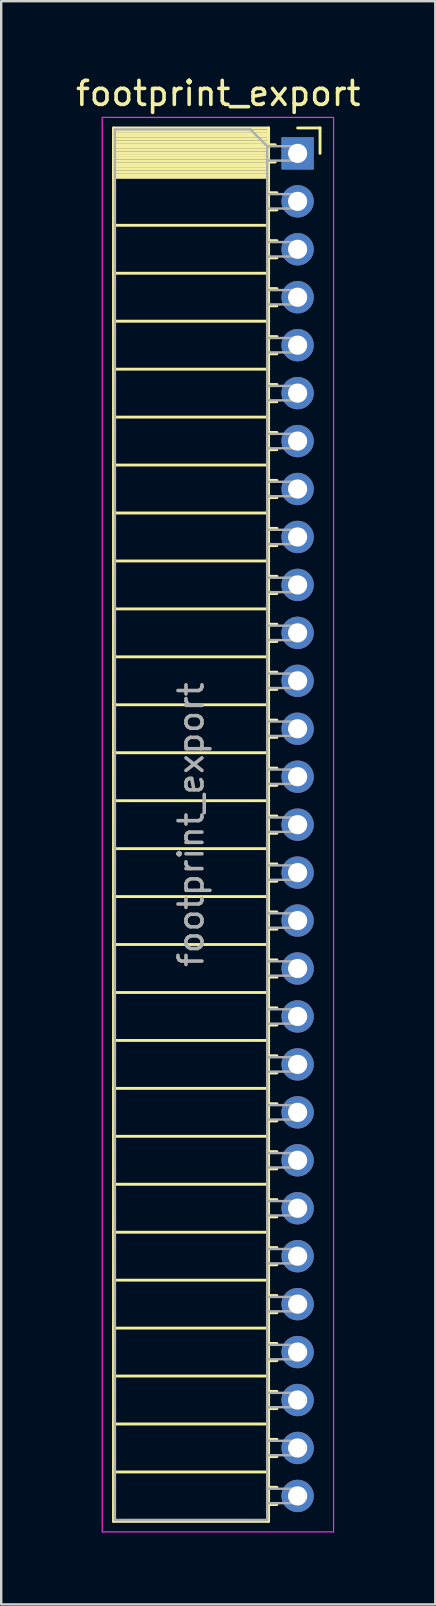
<source format=kicad_pcb>
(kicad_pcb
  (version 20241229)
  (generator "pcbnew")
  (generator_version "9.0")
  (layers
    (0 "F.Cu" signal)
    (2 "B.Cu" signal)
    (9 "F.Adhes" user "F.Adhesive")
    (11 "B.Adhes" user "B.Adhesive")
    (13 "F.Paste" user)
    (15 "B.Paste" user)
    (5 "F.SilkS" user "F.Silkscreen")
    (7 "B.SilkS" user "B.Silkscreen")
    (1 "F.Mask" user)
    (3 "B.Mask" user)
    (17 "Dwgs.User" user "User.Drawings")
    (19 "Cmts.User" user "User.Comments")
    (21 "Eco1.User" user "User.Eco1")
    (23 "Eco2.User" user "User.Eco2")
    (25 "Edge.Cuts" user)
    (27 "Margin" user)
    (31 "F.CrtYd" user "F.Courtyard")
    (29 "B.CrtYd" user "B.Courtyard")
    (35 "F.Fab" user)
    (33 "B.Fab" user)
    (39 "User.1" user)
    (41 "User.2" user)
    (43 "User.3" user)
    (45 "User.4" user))
  (footprint "footprint_export"
    (layer "F.Cu")
    (at 9.364 3.348)
    (property "Reference" "footprint_export" (at -3.31 -2.5 0) (layer "F.SilkS") (effects (font (size 1 1) (thickness 0.15))))
    (attr through_hole)
    (fp_line (start -7.68 -1.06) (end -7.68 57.06) (stroke (width 0.12) (type solid)) (layer "F.SilkS"))
    (fp_line (start -7.68 -1.06) (end -1.21 -1.06) (stroke (width 0.12) (type solid)) (layer "F.SilkS"))
    (fp_line (start -7.68 -0.94) (end -1.21 -0.94) (stroke (width 0.12) (type solid)) (layer "F.SilkS"))
    (fp_line (start -7.68 -0.826) (end -1.21 -0.826) (stroke (width 0.12) (type solid)) (layer "F.SilkS"))
    (fp_line (start -7.68 -0.712) (end -1.21 -0.712) (stroke (width 0.12) (type solid)) (layer "F.SilkS"))
    (fp_line (start -7.68 -0.598) (end -1.21 -0.598) (stroke (width 0.12) (type solid)) (layer "F.SilkS"))
    (fp_line (start -7.68 -0.484) (end -1.21 -0.484) (stroke (width 0.12) (type solid)) (layer "F.SilkS"))
    (fp_line (start -7.68 -0.369) (end -1.21 -0.369) (stroke (width 0.12) (type solid)) (layer "F.SilkS"))
    (fp_line (start -7.68 -0.255) (end -1.21 -0.255) (stroke (width 0.12) (type solid)) (layer "F.SilkS"))
    (fp_line (start -7.68 -0.141) (end -1.21 -0.141) (stroke (width 0.12) (type solid)) (layer "F.SilkS"))
    (fp_line (start -7.68 -0.027) (end -1.21 -0.027) (stroke (width 0.12) (type solid)) (layer "F.SilkS"))
    (fp_line (start -7.68 0.087) (end -1.21 0.087) (stroke (width 0.12) (type solid)) (layer "F.SilkS"))
    (fp_line (start -7.68 0.201) (end -1.21 0.201) (stroke (width 0.12) (type solid)) (layer "F.SilkS"))
    (fp_line (start -7.68 0.315) (end -1.21 0.315) (stroke (width 0.12) (type solid)) (layer "F.SilkS"))
    (fp_line (start -7.68 0.429) (end -1.21 0.429) (stroke (width 0.12) (type solid)) (layer "F.SilkS"))
    (fp_line (start -7.68 0.544) (end -1.21 0.544) (stroke (width 0.12) (type solid)) (layer "F.SilkS"))
    (fp_line (start -7.68 0.658) (end -1.21 0.658) (stroke (width 0.12) (type solid)) (layer "F.SilkS"))
    (fp_line (start -7.68 0.772) (end -1.21 0.772) (stroke (width 0.12) (type solid)) (layer "F.SilkS"))
    (fp_line (start -7.68 0.886) (end -1.21 0.886) (stroke (width 0.12) (type solid)) (layer "F.SilkS"))
    (fp_line (start -7.68 1) (end -1.21 1) (stroke (width 0.12) (type solid)) (layer "F.SilkS"))
    (fp_line (start -7.68 3) (end -1.21 3) (stroke (width 0.12) (type solid)) (layer "F.SilkS"))
    (fp_line (start -7.68 5) (end -1.21 5) (stroke (width 0.12) (type solid)) (layer "F.SilkS"))
    (fp_line (start -7.68 7) (end -1.21 7) (stroke (width 0.12) (type solid)) (layer "F.SilkS"))
    (fp_line (start -7.68 9) (end -1.21 9) (stroke (width 0.12) (type solid)) (layer "F.SilkS"))
    (fp_line (start -7.68 11) (end -1.21 11) (stroke (width 0.12) (type solid)) (layer "F.SilkS"))
    (fp_line (start -7.68 13) (end -1.21 13) (stroke (width 0.12) (type solid)) (layer "F.SilkS"))
    (fp_line (start -7.68 15) (end -1.21 15) (stroke (width 0.12) (type solid)) (layer "F.SilkS"))
    (fp_line (start -7.68 17) (end -1.21 17) (stroke (width 0.12) (type solid)) (layer "F.SilkS"))
    (fp_line (start -7.68 19) (end -1.21 19) (stroke (width 0.12) (type solid)) (layer "F.SilkS"))
    (fp_line (start -7.68 21) (end -1.21 21) (stroke (width 0.12) (type solid)) (layer "F.SilkS"))
    (fp_line (start -7.68 23) (end -1.21 23) (stroke (width 0.12) (type solid)) (layer "F.SilkS"))
    (fp_line (start -7.68 25) (end -1.21 25) (stroke (width 0.12) (type solid)) (layer "F.SilkS"))
    (fp_line (start -7.68 27) (end -1.21 27) (stroke (width 0.12) (type solid)) (layer "F.SilkS"))
    (fp_line (start -7.68 29) (end -1.21 29) (stroke (width 0.12) (type solid)) (layer "F.SilkS"))
    (fp_line (start -7.68 31) (end -1.21 31) (stroke (width 0.12) (type solid)) (layer "F.SilkS"))
    (fp_line (start -7.68 33) (end -1.21 33) (stroke (width 0.12) (type solid)) (layer "F.SilkS"))
    (fp_line (start -7.68 35) (end -1.21 35) (stroke (width 0.12) (type solid)) (layer "F.SilkS"))
    (fp_line (start -7.68 37) (end -1.21 37) (stroke (width 0.12) (type solid)) (layer "F.SilkS"))
    (fp_line (start -7.68 39) (end -1.21 39) (stroke (width 0.12) (type solid)) (layer "F.SilkS"))
    (fp_line (start -7.68 41) (end -1.21 41) (stroke (width 0.12) (type solid)) (layer "F.SilkS"))
    (fp_line (start -7.68 43) (end -1.21 43) (stroke (width 0.12) (type solid)) (layer "F.SilkS"))
    (fp_line (start -7.68 45) (end -1.21 45) (stroke (width 0.12) (type solid)) (layer "F.SilkS"))
    (fp_line (start -7.68 47) (end -1.21 47) (stroke (width 0.12) (type solid)) (layer "F.SilkS"))
    (fp_line (start -7.68 49) (end -1.21 49) (stroke (width 0.12) (type solid)) (layer "F.SilkS"))
    (fp_line (start -7.68 51) (end -1.21 51) (stroke (width 0.12) (type solid)) (layer "F.SilkS"))
    (fp_line (start -7.68 53) (end -1.21 53) (stroke (width 0.12) (type solid)) (layer "F.SilkS"))
    (fp_line (start -7.68 55) (end -1.21 55) (stroke (width 0.12) (type solid)) (layer "F.SilkS"))
    (fp_line (start -7.68 57.06) (end -1.21 57.06) (stroke (width 0.12) (type solid)) (layer "F.SilkS"))
    (fp_line (start -1.21 -1.06) (end -1.21 57.06) (stroke (width 0.12) (type solid)) (layer "F.SilkS"))
    (fp_line (start -1.21 -0.36) (end -0.935 -0.36) (stroke (width 0.12) (type solid)) (layer "F.SilkS"))
    (fp_line (start -1.21 0.36) (end -0.935 0.36) (stroke (width 0.12) (type solid)) (layer "F.SilkS"))
    (fp_line (start -1.21 1.64) (end -0.863 1.64) (stroke (width 0.12) (type solid)) (layer "F.SilkS"))
    (fp_line (start -1.21 2.36) (end -0.863 2.36) (stroke (width 0.12) (type solid)) (layer "F.SilkS"))
    (fp_line (start -1.21 3.64) (end -0.863 3.64) (stroke (width 0.12) (type solid)) (layer "F.SilkS"))
    (fp_line (start -1.21 4.36) (end -0.863 4.36) (stroke (width 0.12) (type solid)) (layer "F.SilkS"))
    (fp_line (start -1.21 5.64) (end -0.863 5.64) (stroke (width 0.12) (type solid)) (layer "F.SilkS"))
    (fp_line (start -1.21 6.36) (end -0.863 6.36) (stroke (width 0.12) (type solid)) (layer "F.SilkS"))
    (fp_line (start -1.21 7.64) (end -0.863 7.64) (stroke (width 0.12) (type solid)) (layer "F.SilkS"))
    (fp_line (start -1.21 8.36) (end -0.863 8.36) (stroke (width 0.12) (type solid)) (layer "F.SilkS"))
    (fp_line (start -1.21 9.64) (end -0.863 9.64) (stroke (width 0.12) (type solid)) (layer "F.SilkS"))
    (fp_line (start -1.21 10.36) (end -0.863 10.36) (stroke (width 0.12) (type solid)) (layer "F.SilkS"))
    (fp_line (start -1.21 11.64) (end -0.863 11.64) (stroke (width 0.12) (type solid)) (layer "F.SilkS"))
    (fp_line (start -1.21 12.36) (end -0.863 12.36) (stroke (width 0.12) (type solid)) (layer "F.SilkS"))
    (fp_line (start -1.21 13.64) (end -0.863 13.64) (stroke (width 0.12) (type solid)) (layer "F.SilkS"))
    (fp_line (start -1.21 14.36) (end -0.863 14.36) (stroke (width 0.12) (type solid)) (layer "F.SilkS"))
    (fp_line (start -1.21 15.64) (end -0.863 15.64) (stroke (width 0.12) (type solid)) (layer "F.SilkS"))
    (fp_line (start -1.21 16.36) (end -0.863 16.36) (stroke (width 0.12) (type solid)) (layer "F.SilkS"))
    (fp_line (start -1.21 17.64) (end -0.863 17.64) (stroke (width 0.12) (type solid)) (layer "F.SilkS"))
    (fp_line (start -1.21 18.36) (end -0.863 18.36) (stroke (width 0.12) (type solid)) (layer "F.SilkS"))
    (fp_line (start -1.21 19.64) (end -0.863 19.64) (stroke (width 0.12) (type solid)) (layer "F.SilkS"))
    (fp_line (start -1.21 20.36) (end -0.863 20.36) (stroke (width 0.12) (type solid)) (layer "F.SilkS"))
    (fp_line (start -1.21 21.64) (end -0.863 21.64) (stroke (width 0.12) (type solid)) (layer "F.SilkS"))
    (fp_line (start -1.21 22.36) (end -0.863 22.36) (stroke (width 0.12) (type solid)) (layer "F.SilkS"))
    (fp_line (start -1.21 23.64) (end -0.863 23.64) (stroke (width 0.12) (type solid)) (layer "F.SilkS"))
    (fp_line (start -1.21 24.36) (end -0.863 24.36) (stroke (width 0.12) (type solid)) (layer "F.SilkS"))
    (fp_line (start -1.21 25.64) (end -0.863 25.64) (stroke (width 0.12) (type solid)) (layer "F.SilkS"))
    (fp_line (start -1.21 26.36) (end -0.863 26.36) (stroke (width 0.12) (type solid)) (layer "F.SilkS"))
    (fp_line (start -1.21 27.64) (end -0.863 27.64) (stroke (width 0.12) (type solid)) (layer "F.SilkS"))
    (fp_line (start -1.21 28.36) (end -0.863 28.36) (stroke (width 0.12) (type solid)) (layer "F.SilkS"))
    (fp_line (start -1.21 29.64) (end -0.863 29.64) (stroke (width 0.12) (type solid)) (layer "F.SilkS"))
    (fp_line (start -1.21 30.36) (end -0.863 30.36) (stroke (width 0.12) (type solid)) (layer "F.SilkS"))
    (fp_line (start -1.21 31.64) (end -0.863 31.64) (stroke (width 0.12) (type solid)) (layer "F.SilkS"))
    (fp_line (start -1.21 32.36) (end -0.863 32.36) (stroke (width 0.12) (type solid)) (layer "F.SilkS"))
    (fp_line (start -1.21 33.64) (end -0.863 33.64) (stroke (width 0.12) (type solid)) (layer "F.SilkS"))
    (fp_line (start -1.21 34.36) (end -0.863 34.36) (stroke (width 0.12) (type solid)) (layer "F.SilkS"))
    (fp_line (start -1.21 35.64) (end -0.863 35.64) (stroke (width 0.12) (type solid)) (layer "F.SilkS"))
    (fp_line (start -1.21 36.36) (end -0.863 36.36) (stroke (width 0.12) (type solid)) (layer "F.SilkS"))
    (fp_line (start -1.21 37.64) (end -0.863 37.64) (stroke (width 0.12) (type solid)) (layer "F.SilkS"))
    (fp_line (start -1.21 38.36) (end -0.863 38.36) (stroke (width 0.12) (type solid)) (layer "F.SilkS"))
    (fp_line (start -1.21 39.64) (end -0.863 39.64) (stroke (width 0.12) (type solid)) (layer "F.SilkS"))
    (fp_line (start -1.21 40.36) (end -0.863 40.36) (stroke (width 0.12) (type solid)) (layer "F.SilkS"))
    (fp_line (start -1.21 41.64) (end -0.863 41.64) (stroke (width 0.12) (type solid)) (layer "F.SilkS"))
    (fp_line (start -1.21 42.36) (end -0.863 42.36) (stroke (width 0.12) (type solid)) (layer "F.SilkS"))
    (fp_line (start -1.21 43.64) (end -0.863 43.64) (stroke (width 0.12) (type solid)) (layer "F.SilkS"))
    (fp_line (start -1.21 44.36) (end -0.863 44.36) (stroke (width 0.12) (type solid)) (layer "F.SilkS"))
    (fp_line (start -1.21 45.64) (end -0.863 45.64) (stroke (width 0.12) (type solid)) (layer "F.SilkS"))
    (fp_line (start -1.21 46.36) (end -0.863 46.36) (stroke (width 0.12) (type solid)) (layer "F.SilkS"))
    (fp_line (start -1.21 47.64) (end -0.863 47.64) (stroke (width 0.12) (type solid)) (layer "F.SilkS"))
    (fp_line (start -1.21 48.36) (end -0.863 48.36) (stroke (width 0.12) (type solid)) (layer "F.SilkS"))
    (fp_line (start -1.21 49.64) (end -0.863 49.64) (stroke (width 0.12) (type solid)) (layer "F.SilkS"))
    (fp_line (start -1.21 50.36) (end -0.863 50.36) (stroke (width 0.12) (type solid)) (layer "F.SilkS"))
    (fp_line (start -1.21 51.64) (end -0.863 51.64) (stroke (width 0.12) (type solid)) (layer "F.SilkS"))
    (fp_line (start -1.21 52.36) (end -0.863 52.36) (stroke (width 0.12) (type solid)) (layer "F.SilkS"))
    (fp_line (start -1.21 53.64) (end -0.863 53.64) (stroke (width 0.12) (type solid)) (layer "F.SilkS"))
    (fp_line (start -1.21 54.36) (end -0.863 54.36) (stroke (width 0.12) (type solid)) (layer "F.SilkS"))
    (fp_line (start -1.21 55.64) (end -0.863 55.64) (stroke (width 0.12) (type solid)) (layer "F.SilkS"))
    (fp_line (start -1.21 56.36) (end -0.863 56.36) (stroke (width 0.12) (type solid)) (layer "F.SilkS"))
    (fp_line (start 0 -1.06) (end 0.935 -1.06) (stroke (width 0.12) (type solid)) (layer "F.SilkS"))
    (fp_line (start 0.935 -1.06) (end 0.935 0) (stroke (width 0.12) (type solid)) (layer "F.SilkS"))
    (fp_line (start -8.15 -1.5) (end -8.15 57.5) (stroke (width 0.05) (type solid)) (layer "F.CrtYd"))
    (fp_line (start -8.15 57.5) (end 1.5 57.5) (stroke (width 0.05) (type solid)) (layer "F.CrtYd"))
    (fp_line (start 1.5 -1.5) (end -8.15 -1.5) (stroke (width 0.05) (type solid)) (layer "F.CrtYd"))
    (fp_line (start 1.5 57.5) (end 1.5 -1.5) (stroke (width 0.05) (type solid)) (layer "F.CrtYd"))
    (fp_line (start -7.62 -1) (end -1.97 -1) (stroke (width 0.1) (type solid)) (layer "F.Fab"))
    (fp_line (start -7.62 57) (end -7.62 -1) (stroke (width 0.1) (type solid)) (layer "F.Fab"))
    (fp_line (start -1.97 -1) (end -1.27 -0.3) (stroke (width 0.1) (type solid)) (layer "F.Fab"))
    (fp_line (start -1.27 -0.3) (end -1.27 57) (stroke (width 0.1) (type solid)) (layer "F.Fab"))
    (fp_line (start -1.27 0.3) (end 0 0.3) (stroke (width 0.1) (type solid)) (layer "F.Fab"))
    (fp_line (start -1.27 2.3) (end 0 2.3) (stroke (width 0.1) (type solid)) (layer "F.Fab"))
    (fp_line (start -1.27 4.3) (end 0 4.3) (stroke (width 0.1) (type solid)) (layer "F.Fab"))
    (fp_line (start -1.27 6.3) (end 0 6.3) (stroke (width 0.1) (type solid)) (layer "F.Fab"))
    (fp_line (start -1.27 8.3) (end 0 8.3) (stroke (width 0.1) (type solid)) (layer "F.Fab"))
    (fp_line (start -1.27 10.3) (end 0 10.3) (stroke (width 0.1) (type solid)) (layer "F.Fab"))
    (fp_line (start -1.27 12.3) (end 0 12.3) (stroke (width 0.1) (type solid)) (layer "F.Fab"))
    (fp_line (start -1.27 14.3) (end 0 14.3) (stroke (width 0.1) (type solid)) (layer "F.Fab"))
    (fp_line (start -1.27 16.3) (end 0 16.3) (stroke (width 0.1) (type solid)) (layer "F.Fab"))
    (fp_line (start -1.27 18.3) (end 0 18.3) (stroke (width 0.1) (type solid)) (layer "F.Fab"))
    (fp_line (start -1.27 20.3) (end 0 20.3) (stroke (width 0.1) (type solid)) (layer "F.Fab"))
    (fp_line (start -1.27 22.3) (end 0 22.3) (stroke (width 0.1) (type solid)) (layer "F.Fab"))
    (fp_line (start -1.27 24.3) (end 0 24.3) (stroke (width 0.1) (type solid)) (layer "F.Fab"))
    (fp_line (start -1.27 26.3) (end 0 26.3) (stroke (width 0.1) (type solid)) (layer "F.Fab"))
    (fp_line (start -1.27 28.3) (end 0 28.3) (stroke (width 0.1) (type solid)) (layer "F.Fab"))
    (fp_line (start -1.27 30.3) (end 0 30.3) (stroke (width 0.1) (type solid)) (layer "F.Fab"))
    (fp_line (start -1.27 32.3) (end 0 32.3) (stroke (width 0.1) (type solid)) (layer "F.Fab"))
    (fp_line (start -1.27 34.3) (end 0 34.3) (stroke (width 0.1) (type solid)) (layer "F.Fab"))
    (fp_line (start -1.27 36.3) (end 0 36.3) (stroke (width 0.1) (type solid)) (layer "F.Fab"))
    (fp_line (start -1.27 38.3) (end 0 38.3) (stroke (width 0.1) (type solid)) (layer "F.Fab"))
    (fp_line (start -1.27 40.3) (end 0 40.3) (stroke (width 0.1) (type solid)) (layer "F.Fab"))
    (fp_line (start -1.27 42.3) (end 0 42.3) (stroke (width 0.1) (type solid)) (layer "F.Fab"))
    (fp_line (start -1.27 44.3) (end 0 44.3) (stroke (width 0.1) (type solid)) (layer "F.Fab"))
    (fp_line (start -1.27 46.3) (end 0 46.3) (stroke (width 0.1) (type solid)) (layer "F.Fab"))
    (fp_line (start -1.27 48.3) (end 0 48.3) (stroke (width 0.1) (type solid)) (layer "F.Fab"))
    (fp_line (start -1.27 50.3) (end 0 50.3) (stroke (width 0.1) (type solid)) (layer "F.Fab"))
    (fp_line (start -1.27 52.3) (end 0 52.3) (stroke (width 0.1) (type solid)) (layer "F.Fab"))
    (fp_line (start -1.27 54.3) (end 0 54.3) (stroke (width 0.1) (type solid)) (layer "F.Fab"))
    (fp_line (start -1.27 56.3) (end 0 56.3) (stroke (width 0.1) (type solid)) (layer "F.Fab"))
    (fp_line (start -1.27 57) (end -7.62 57) (stroke (width 0.1) (type solid)) (layer "F.Fab"))
    (fp_line (start 0 -0.3) (end -1.27 -0.3) (stroke (width 0.1) (type solid)) (layer "F.Fab"))
    (fp_line (start 0 0.3) (end 0 -0.3) (stroke (width 0.1) (type solid)) (layer "F.Fab"))
    (fp_line (start 0 1.7) (end -1.27 1.7) (stroke (width 0.1) (type solid)) (layer "F.Fab"))
    (fp_line (start 0 2.3) (end 0 1.7) (stroke (width 0.1) (type solid)) (layer "F.Fab"))
    (fp_line (start 0 3.7) (end -1.27 3.7) (stroke (width 0.1) (type solid)) (layer "F.Fab"))
    (fp_line (start 0 4.3) (end 0 3.7) (stroke (width 0.1) (type solid)) (layer "F.Fab"))
    (fp_line (start 0 5.7) (end -1.27 5.7) (stroke (width 0.1) (type solid)) (layer "F.Fab"))
    (fp_line (start 0 6.3) (end 0 5.7) (stroke (width 0.1) (type solid)) (layer "F.Fab"))
    (fp_line (start 0 7.7) (end -1.27 7.7) (stroke (width 0.1) (type solid)) (layer "F.Fab"))
    (fp_line (start 0 8.3) (end 0 7.7) (stroke (width 0.1) (type solid)) (layer "F.Fab"))
    (fp_line (start 0 9.7) (end -1.27 9.7) (stroke (width 0.1) (type solid)) (layer "F.Fab"))
    (fp_line (start 0 10.3) (end 0 9.7) (stroke (width 0.1) (type solid)) (layer "F.Fab"))
    (fp_line (start 0 11.7) (end -1.27 11.7) (stroke (width 0.1) (type solid)) (layer "F.Fab"))
    (fp_line (start 0 12.3) (end 0 11.7) (stroke (width 0.1) (type solid)) (layer "F.Fab"))
    (fp_line (start 0 13.7) (end -1.27 13.7) (stroke (width 0.1) (type solid)) (layer "F.Fab"))
    (fp_line (start 0 14.3) (end 0 13.7) (stroke (width 0.1) (type solid)) (layer "F.Fab"))
    (fp_line (start 0 15.7) (end -1.27 15.7) (stroke (width 0.1) (type solid)) (layer "F.Fab"))
    (fp_line (start 0 16.3) (end 0 15.7) (stroke (width 0.1) (type solid)) (layer "F.Fab"))
    (fp_line (start 0 17.7) (end -1.27 17.7) (stroke (width 0.1) (type solid)) (layer "F.Fab"))
    (fp_line (start 0 18.3) (end 0 17.7) (stroke (width 0.1) (type solid)) (layer "F.Fab"))
    (fp_line (start 0 19.7) (end -1.27 19.7) (stroke (width 0.1) (type solid)) (layer "F.Fab"))
    (fp_line (start 0 20.3) (end 0 19.7) (stroke (width 0.1) (type solid)) (layer "F.Fab"))
    (fp_line (start 0 21.7) (end -1.27 21.7) (stroke (width 0.1) (type solid)) (layer "F.Fab"))
    (fp_line (start 0 22.3) (end 0 21.7) (stroke (width 0.1) (type solid)) (layer "F.Fab"))
    (fp_line (start 0 23.7) (end -1.27 23.7) (stroke (width 0.1) (type solid)) (layer "F.Fab"))
    (fp_line (start 0 24.3) (end 0 23.7) (stroke (width 0.1) (type solid)) (layer "F.Fab"))
    (fp_line (start 0 25.7) (end -1.27 25.7) (stroke (width 0.1) (type solid)) (layer "F.Fab"))
    (fp_line (start 0 26.3) (end 0 25.7) (stroke (width 0.1) (type solid)) (layer "F.Fab"))
    (fp_line (start 0 27.7) (end -1.27 27.7) (stroke (width 0.1) (type solid)) (layer "F.Fab"))
    (fp_line (start 0 28.3) (end 0 27.7) (stroke (width 0.1) (type solid)) (layer "F.Fab"))
    (fp_line (start 0 29.7) (end -1.27 29.7) (stroke (width 0.1) (type solid)) (layer "F.Fab"))
    (fp_line (start 0 30.3) (end 0 29.7) (stroke (width 0.1) (type solid)) (layer "F.Fab"))
    (fp_line (start 0 31.7) (end -1.27 31.7) (stroke (width 0.1) (type solid)) (layer "F.Fab"))
    (fp_line (start 0 32.3) (end 0 31.7) (stroke (width 0.1) (type solid)) (layer "F.Fab"))
    (fp_line (start 0 33.7) (end -1.27 33.7) (stroke (width 0.1) (type solid)) (layer "F.Fab"))
    (fp_line (start 0 34.3) (end 0 33.7) (stroke (width 0.1) (type solid)) (layer "F.Fab"))
    (fp_line (start 0 35.7) (end -1.27 35.7) (stroke (width 0.1) (type solid)) (layer "F.Fab"))
    (fp_line (start 0 36.3) (end 0 35.7) (stroke (width 0.1) (type solid)) (layer "F.Fab"))
    (fp_line (start 0 37.7) (end -1.27 37.7) (stroke (width 0.1) (type solid)) (layer "F.Fab"))
    (fp_line (start 0 38.3) (end 0 37.7) (stroke (width 0.1) (type solid)) (layer "F.Fab"))
    (fp_line (start 0 39.7) (end -1.27 39.7) (stroke (width 0.1) (type solid)) (layer "F.Fab"))
    (fp_line (start 0 40.3) (end 0 39.7) (stroke (width 0.1) (type solid)) (layer "F.Fab"))
    (fp_line (start 0 41.7) (end -1.27 41.7) (stroke (width 0.1) (type solid)) (layer "F.Fab"))
    (fp_line (start 0 42.3) (end 0 41.7) (stroke (width 0.1) (type solid)) (layer "F.Fab"))
    (fp_line (start 0 43.7) (end -1.27 43.7) (stroke (width 0.1) (type solid)) (layer "F.Fab"))
    (fp_line (start 0 44.3) (end 0 43.7) (stroke (width 0.1) (type solid)) (layer "F.Fab"))
    (fp_line (start 0 45.7) (end -1.27 45.7) (stroke (width 0.1) (type solid)) (layer "F.Fab"))
    (fp_line (start 0 46.3) (end 0 45.7) (stroke (width 0.1) (type solid)) (layer "F.Fab"))
    (fp_line (start 0 47.7) (end -1.27 47.7) (stroke (width 0.1) (type solid)) (layer "F.Fab"))
    (fp_line (start 0 48.3) (end 0 47.7) (stroke (width 0.1) (type solid)) (layer "F.Fab"))
    (fp_line (start 0 49.7) (end -1.27 49.7) (stroke (width 0.1) (type solid)) (layer "F.Fab"))
    (fp_line (start 0 50.3) (end 0 49.7) (stroke (width 0.1) (type solid)) (layer "F.Fab"))
    (fp_line (start 0 51.7) (end -1.27 51.7) (stroke (width 0.1) (type solid)) (layer "F.Fab"))
    (fp_line (start 0 52.3) (end 0 51.7) (stroke (width 0.1) (type solid)) (layer "F.Fab"))
    (fp_line (start 0 53.7) (end -1.27 53.7) (stroke (width 0.1) (type solid)) (layer "F.Fab"))
    (fp_line (start 0 54.3) (end 0 53.7) (stroke (width 0.1) (type solid)) (layer "F.Fab"))
    (fp_line (start 0 55.7) (end -1.27 55.7) (stroke (width 0.1) (type solid)) (layer "F.Fab"))
    (fp_line (start 0 56.3) (end 0 55.7) (stroke (width 0.1) (type solid)) (layer "F.Fab"))
    (fp_text user "${REFERENCE}" (at -4.445 28 90) (layer "F.Fab") (effects (font (size 1 1) (thickness 0.15))))
    (pad "1" thru_hole rect (at 0 0) (size 1.35 1.35) (drill 0.8) (layers "*.Cu" "*.Mask"))
    (pad "2" thru_hole oval (at 0 2) (size 1.35 1.35) (drill 0.8) (layers "*.Cu" "*.Mask"))
    (pad "3" thru_hole oval (at 0 4) (size 1.35 1.35) (drill 0.8) (layers "*.Cu" "*.Mask"))
    (pad "4" thru_hole oval (at 0 6) (size 1.35 1.35) (drill 0.8) (layers "*.Cu" "*.Mask"))
    (pad "5" thru_hole oval (at 0 8) (size 1.35 1.35) (drill 0.8) (layers "*.Cu" "*.Mask"))
    (pad "6" thru_hole oval (at 0 10) (size 1.35 1.35) (drill 0.8) (layers "*.Cu" "*.Mask"))
    (pad "7" thru_hole oval (at 0 12) (size 1.35 1.35) (drill 0.8) (layers "*.Cu" "*.Mask"))
    (pad "8" thru_hole oval (at 0 14) (size 1.35 1.35) (drill 0.8) (layers "*.Cu" "*.Mask"))
    (pad "9" thru_hole oval (at 0 16) (size 1.35 1.35) (drill 0.8) (layers "*.Cu" "*.Mask"))
    (pad "10" thru_hole oval (at 0 18) (size 1.35 1.35) (drill 0.8) (layers "*.Cu" "*.Mask"))
    (pad "11" thru_hole oval (at 0 20) (size 1.35 1.35) (drill 0.8) (layers "*.Cu" "*.Mask"))
    (pad "12" thru_hole oval (at 0 22) (size 1.35 1.35) (drill 0.8) (layers "*.Cu" "*.Mask"))
    (pad "13" thru_hole oval (at 0 24) (size 1.35 1.35) (drill 0.8) (layers "*.Cu" "*.Mask"))
    (pad "14" thru_hole oval (at 0 26) (size 1.35 1.35) (drill 0.8) (layers "*.Cu" "*.Mask"))
    (pad "15" thru_hole oval (at 0 28) (size 1.35 1.35) (drill 0.8) (layers "*.Cu" "*.Mask"))
    (pad "16" thru_hole oval (at 0 30) (size 1.35 1.35) (drill 0.8) (layers "*.Cu" "*.Mask"))
    (pad "17" thru_hole oval (at 0 32) (size 1.35 1.35) (drill 0.8) (layers "*.Cu" "*.Mask"))
    (pad "18" thru_hole oval (at 0 34) (size 1.35 1.35) (drill 0.8) (layers "*.Cu" "*.Mask"))
    (pad "19" thru_hole oval (at 0 36) (size 1.35 1.35) (drill 0.8) (layers "*.Cu" "*.Mask"))
    (pad "20" thru_hole oval (at 0 38) (size 1.35 1.35) (drill 0.8) (layers "*.Cu" "*.Mask"))
    (pad "21" thru_hole oval (at 0 40) (size 1.35 1.35) (drill 0.8) (layers "*.Cu" "*.Mask"))
    (pad "22" thru_hole oval (at 0 42) (size 1.35 1.35) (drill 0.8) (layers "*.Cu" "*.Mask"))
    (pad "23" thru_hole oval (at 0 44) (size 1.35 1.35) (drill 0.8) (layers "*.Cu" "*.Mask"))
    (pad "24" thru_hole oval (at 0 46) (size 1.35 1.35) (drill 0.8) (layers "*.Cu" "*.Mask"))
    (pad "25" thru_hole oval (at 0 48) (size 1.35 1.35) (drill 0.8) (layers "*.Cu" "*.Mask"))
    (pad "26" thru_hole oval (at 0 50) (size 1.35 1.35) (drill 0.8) (layers "*.Cu" "*.Mask"))
    (pad "27" thru_hole oval (at 0 52) (size 1.35 1.35) (drill 0.8) (layers "*.Cu" "*.Mask"))
    (pad "28" thru_hole oval (at 0 54) (size 1.35 1.35) (drill 0.8) (layers "*.Cu" "*.Mask"))
    (pad "29" thru_hole oval (at 0 56) (size 1.35 1.35) (drill 0.8) (layers "*.Cu" "*.Mask")))
  (gr_rect
    (start -3 -3)
    (end 15.107 63.873)
    (stroke (width 0.1) (type default))
    (fill no)
    (layer "Edge.Cuts")))
</source>
